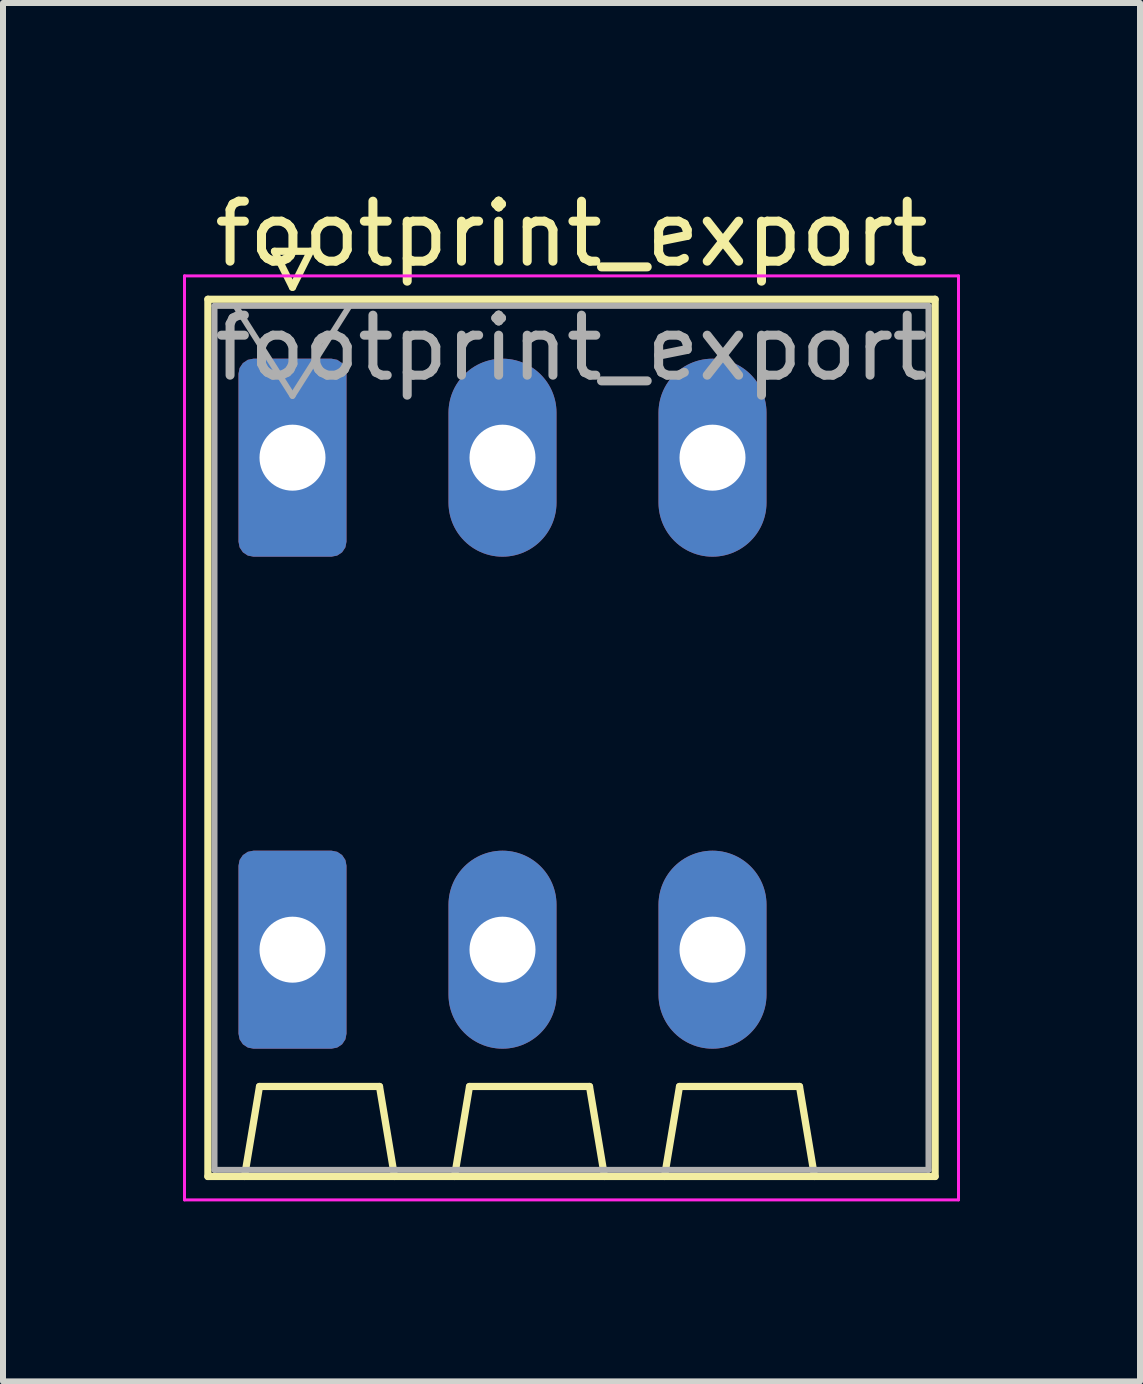
<source format=kicad_pcb>
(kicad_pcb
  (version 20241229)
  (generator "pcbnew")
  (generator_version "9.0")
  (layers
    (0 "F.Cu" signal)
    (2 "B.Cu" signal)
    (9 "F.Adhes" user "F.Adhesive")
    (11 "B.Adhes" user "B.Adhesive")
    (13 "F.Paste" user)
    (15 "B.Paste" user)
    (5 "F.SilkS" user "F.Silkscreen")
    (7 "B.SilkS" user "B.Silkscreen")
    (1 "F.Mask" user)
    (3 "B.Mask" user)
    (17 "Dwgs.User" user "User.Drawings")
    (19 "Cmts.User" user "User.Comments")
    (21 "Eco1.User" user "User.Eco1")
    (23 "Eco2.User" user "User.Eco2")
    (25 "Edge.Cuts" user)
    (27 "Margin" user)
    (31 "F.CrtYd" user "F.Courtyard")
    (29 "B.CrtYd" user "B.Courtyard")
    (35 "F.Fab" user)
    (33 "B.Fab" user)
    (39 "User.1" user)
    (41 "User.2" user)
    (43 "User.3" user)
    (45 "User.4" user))
  (footprint "footprint_export"
    (layer "F.Cu")
    (at 1.825 4.578)
    (property "Reference" "footprint_export" (at 4.65 -3.73 0) (layer "F.SilkS") (effects (font (size 1 1) (thickness 0.15))))
    (attr through_hole)
    (fp_line (start -1.41 -2.64) (end 10.71 -2.64) (stroke (width 0.12) (type solid)) (layer "F.SilkS"))
    (fp_line (start -1.41 11.98) (end -1.41 -2.64) (stroke (width 0.12) (type solid)) (layer "F.SilkS"))
    (fp_line (start -0.8 11.98) (end -0.55 10.48) (stroke (width 0.12) (type solid)) (layer "F.SilkS"))
    (fp_line (start -0.55 10.48) (end 1.45 10.48) (stroke (width 0.12) (type solid)) (layer "F.SilkS"))
    (fp_line (start -0.3 -3.44) (end 0 -2.84) (stroke (width 0.12) (type solid)) (layer "F.SilkS"))
    (fp_line (start -0.3 -3.44) (end 0.3 -3.44) (stroke (width 0.12) (type solid)) (layer "F.SilkS"))
    (fp_line (start 0.3 -3.44) (end 0 -2.84) (stroke (width 0.12) (type solid)) (layer "F.SilkS"))
    (fp_line (start 1.7 11.98) (end 1.45 10.48) (stroke (width 0.12) (type solid)) (layer "F.SilkS"))
    (fp_line (start 2.7 11.98) (end 2.95 10.48) (stroke (width 0.12) (type solid)) (layer "F.SilkS"))
    (fp_line (start 2.95 10.48) (end 4.95 10.48) (stroke (width 0.12) (type solid)) (layer "F.SilkS"))
    (fp_line (start 5.2 11.98) (end 4.95 10.48) (stroke (width 0.12) (type solid)) (layer "F.SilkS"))
    (fp_line (start 6.2 11.98) (end 6.45 10.48) (stroke (width 0.12) (type solid)) (layer "F.SilkS"))
    (fp_line (start 6.45 10.48) (end 8.45 10.48) (stroke (width 0.12) (type solid)) (layer "F.SilkS"))
    (fp_line (start 8.7 11.98) (end 8.45 10.48) (stroke (width 0.12) (type solid)) (layer "F.SilkS"))
    (fp_line (start 10.71 -2.64) (end 10.71 11.98) (stroke (width 0.12) (type solid)) (layer "F.SilkS"))
    (fp_line (start 10.71 11.98) (end -1.41 11.98) (stroke (width 0.12) (type solid)) (layer "F.SilkS"))
    (fp_line (start -1.8 -3.03) (end -1.8 12.37) (stroke (width 0.05) (type solid)) (layer "F.CrtYd"))
    (fp_line (start -1.8 12.37) (end 11.1 12.37) (stroke (width 0.05) (type solid)) (layer "F.CrtYd"))
    (fp_line (start 11.1 -3.03) (end -1.8 -3.03) (stroke (width 0.05) (type solid)) (layer "F.CrtYd"))
    (fp_line (start 11.1 12.37) (end 11.1 -3.03) (stroke (width 0.05) (type solid)) (layer "F.CrtYd"))
    (fp_line (start -1.3 -2.53) (end -1.3 11.87) (stroke (width 0.1) (type solid)) (layer "F.Fab"))
    (fp_line (start -1.3 11.87) (end 10.6 11.87) (stroke (width 0.1) (type solid)) (layer "F.Fab"))
    (fp_line (start -0.95 -2.53) (end 0 -1.03) (stroke (width 0.1) (type solid)) (layer "F.Fab"))
    (fp_line (start 0.95 -2.53) (end 0 -1.03) (stroke (width 0.1) (type solid)) (layer "F.Fab"))
    (fp_line (start 10.6 -2.53) (end -1.3 -2.53) (stroke (width 0.1) (type solid)) (layer "F.Fab"))
    (fp_line (start 10.6 11.87) (end 10.6 -2.53) (stroke (width 0.1) (type solid)) (layer "F.Fab"))
    (fp_text user "${REFERENCE}" (at 4.65 -1.83 0) (layer "F.Fab") (effects (font (size 1 1) (thickness 0.15))))
    (pad "1" thru_hole roundrect (at 0 0) (size 1.8 3.3) (drill 1.1) (layers "*.Cu" "*.Mask") (roundrect_rratio 0.139))
    (pad "1" thru_hole roundrect (at 0 8.2) (size 1.8 3.3) (drill 1.1) (layers "*.Cu" "*.Mask") (roundrect_rratio 0.139))
    (pad "2" thru_hole oval (at 3.5 0) (size 1.8 3.3) (drill 1.1) (layers "*.Cu" "*.Mask"))
    (pad "2" thru_hole oval (at 3.5 8.2) (size 1.8 3.3) (drill 1.1) (layers "*.Cu" "*.Mask"))
    (pad "3" thru_hole oval (at 7 0) (size 1.8 3.3) (drill 1.1) (layers "*.Cu" "*.Mask"))
    (pad "3" thru_hole oval (at 7 8.2) (size 1.8 3.3) (drill 1.1) (layers "*.Cu" "*.Mask")))
  (gr_rect
    (start -3 -3)
    (end 15.95 19.973)
    (stroke (width 0.1) (type default))
    (fill no)
    (layer "Edge.Cuts")))
</source>
